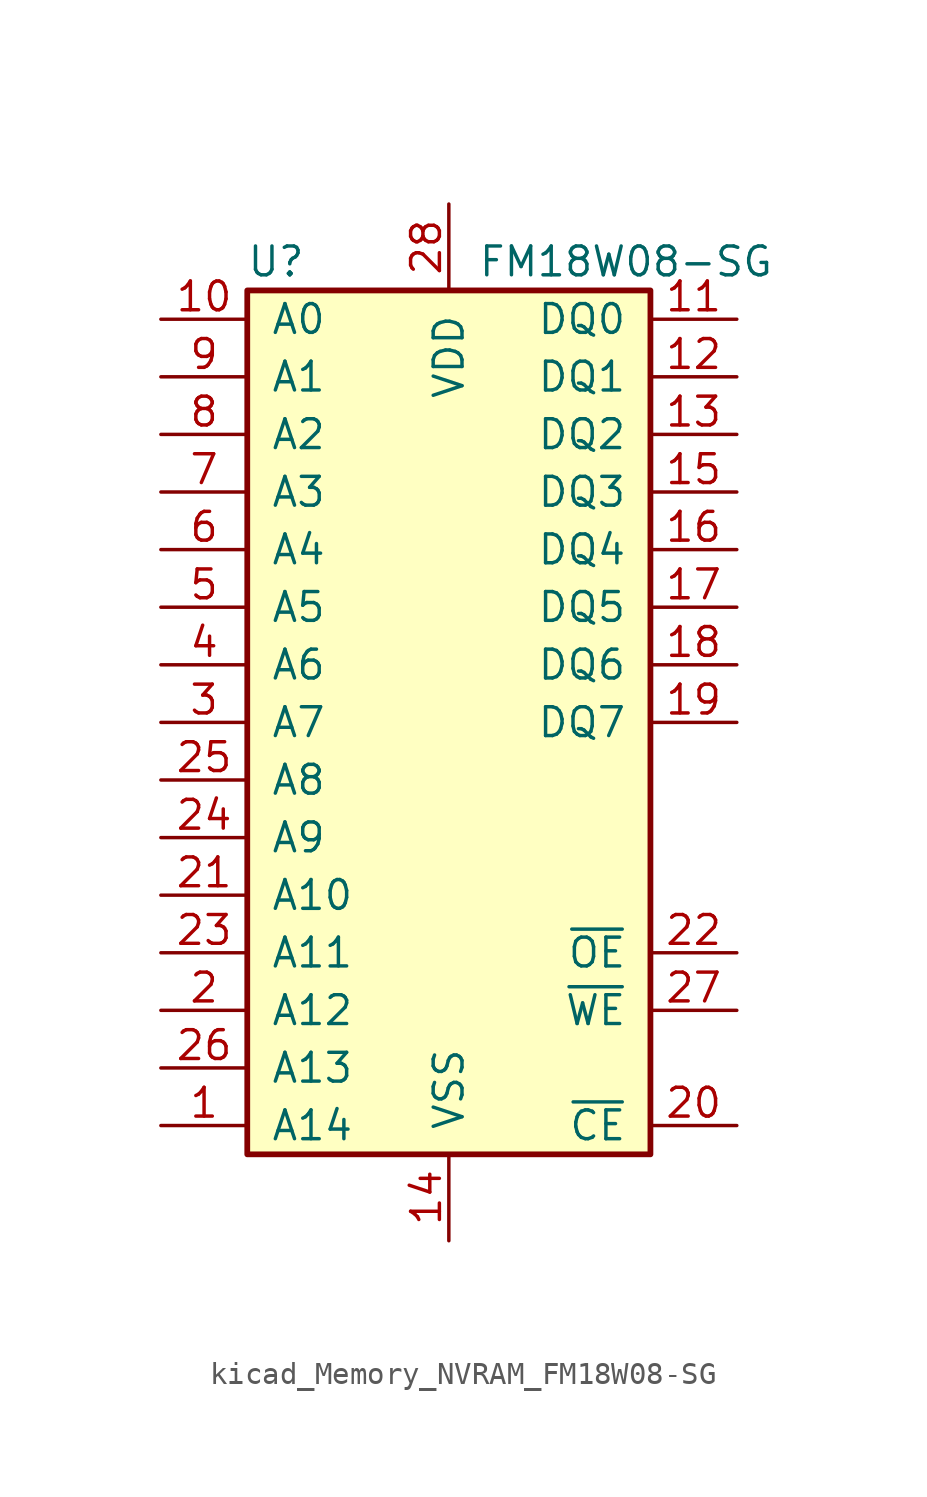
<source format=kicad_sym>
(kicad_symbol_lib
  (version 20220914)
  (generator kicad_symbol_editor)
  (symbol "kicad_Memory_NVRAM_FM18W08-SG"
    (pin_names
      (offset 1.016))
    (property "Reference" "U"
      (at -7.62 20.32 0)
      (effects (font (size 1.27 1.27))))
    (property "Value" "FM18W08-SG"
      (at 1.27 20.32 0)
      (effects (font (size 1.27 1.27)) (justify left)))
    (symbol "kicad_Memory_NVRAM_FM18W08-SG_0_1"
      (rectangle (start -8.89 19.05) (end 8.89 -19.05) (stroke (width 0.254) (type default)) (fill (type background))))
    (symbol "kicad_Memory_NVRAM_FM18W08-SG_1_1"
      (pin input line (at -12.7 -17.78 0) (length 3.81) (name "A14" (effects (font (size 1.27 1.27)))) (number "1" (effects (font (size 1.27 1.27)))))
      (pin input line (at -12.7 17.78 0) (length 3.81) (name "A0" (effects (font (size 1.27 1.27)))) (number "10" (effects (font (size 1.27 1.27)))))
      (pin bidirectional line (at 12.7 17.78 180) (length 3.81) (name "DQ0" (effects (font (size 1.27 1.27)))) (number "11" (effects (font (size 1.27 1.27)))))
      (pin bidirectional line (at 12.7 15.24 180) (length 3.81) (name "DQ1" (effects (font (size 1.27 1.27)))) (number "12" (effects (font (size 1.27 1.27)))))
      (pin bidirectional line (at 12.7 12.7 180) (length 3.81) (name "DQ2" (effects (font (size 1.27 1.27)))) (number "13" (effects (font (size 1.27 1.27)))))
      (pin power_in line (at 0 -22.86 90) (length 3.81) (name "VSS" (effects (font (size 1.27 1.27)))) (number "14" (effects (font (size 1.27 1.27)))))
      (pin bidirectional line (at 12.7 10.16 180) (length 3.81) (name "DQ3" (effects (font (size 1.27 1.27)))) (number "15" (effects (font (size 1.27 1.27)))))
      (pin bidirectional line (at 12.7 7.62 180) (length 3.81) (name "DQ4" (effects (font (size 1.27 1.27)))) (number "16" (effects (font (size 1.27 1.27)))))
      (pin bidirectional line (at 12.7 5.08 180) (length 3.81) (name "DQ5" (effects (font (size 1.27 1.27)))) (number "17" (effects (font (size 1.27 1.27)))))
      (pin bidirectional line (at 12.7 2.54 180) (length 3.81) (name "DQ6" (effects (font (size 1.27 1.27)))) (number "18" (effects (font (size 1.27 1.27)))))
      (pin bidirectional line (at 12.7 0 180) (length 3.81) (name "DQ7" (effects (font (size 1.27 1.27)))) (number "19" (effects (font (size 1.27 1.27)))))
      (pin input line (at -12.7 -12.7 0) (length 3.81) (name "A12" (effects (font (size 1.27 1.27)))) (number "2" (effects (font (size 1.27 1.27)))))
      (pin input line (at 12.7 -17.78 180) (length 3.81) (name "~{CE}" (effects (font (size 1.27 1.27)))) (number "20" (effects (font (size 1.27 1.27)))))
      (pin input line (at -12.7 -7.62 0) (length 3.81) (name "A10" (effects (font (size 1.27 1.27)))) (number "21" (effects (font (size 1.27 1.27)))))
      (pin input line (at 12.7 -10.16 180) (length 3.81) (name "~{OE}" (effects (font (size 1.27 1.27)))) (number "22" (effects (font (size 1.27 1.27)))))
      (pin input line (at -12.7 -10.16 0) (length 3.81) (name "A11" (effects (font (size 1.27 1.27)))) (number "23" (effects (font (size 1.27 1.27)))))
      (pin input line (at -12.7 -5.08 0) (length 3.81) (name "A9" (effects (font (size 1.27 1.27)))) (number "24" (effects (font (size 1.27 1.27)))))
      (pin input line (at -12.7 -2.54 0) (length 3.81) (name "A8" (effects (font (size 1.27 1.27)))) (number "25" (effects (font (size 1.27 1.27)))))
      (pin input line (at -12.7 -15.24 0) (length 3.81) (name "A13" (effects (font (size 1.27 1.27)))) (number "26" (effects (font (size 1.27 1.27)))))
      (pin input line (at 12.7 -12.7 180) (length 3.81) (name "~{WE}" (effects (font (size 1.27 1.27)))) (number "27" (effects (font (size 1.27 1.27)))))
      (pin power_in line (at 0 22.86 270) (length 3.81) (name "VDD" (effects (font (size 1.27 1.27)))) (number "28" (effects (font (size 1.27 1.27)))))
      (pin input line (at -12.7 0 0) (length 3.81) (name "A7" (effects (font (size 1.27 1.27)))) (number "3" (effects (font (size 1.27 1.27)))))
      (pin input line (at -12.7 2.54 0) (length 3.81) (name "A6" (effects (font (size 1.27 1.27)))) (number "4" (effects (font (size 1.27 1.27)))))
      (pin input line (at -12.7 5.08 0) (length 3.81) (name "A5" (effects (font (size 1.27 1.27)))) (number "5" (effects (font (size 1.27 1.27)))))
      (pin input line (at -12.7 7.62 0) (length 3.81) (name "A4" (effects (font (size 1.27 1.27)))) (number "6" (effects (font (size 1.27 1.27)))))
      (pin input line (at -12.7 10.16 0) (length 3.81) (name "A3" (effects (font (size 1.27 1.27)))) (number "7" (effects (font (size 1.27 1.27)))))
      (pin input line (at -12.7 12.7 0) (length 3.81) (name "A2" (effects (font (size 1.27 1.27)))) (number "8" (effects (font (size 1.27 1.27)))))
      (pin input line (at -12.7 15.24 0) (length 3.81) (name "A1" (effects (font (size 1.27 1.27)))) (number "9" (effects (font (size 1.27 1.27))))))))
</source>
